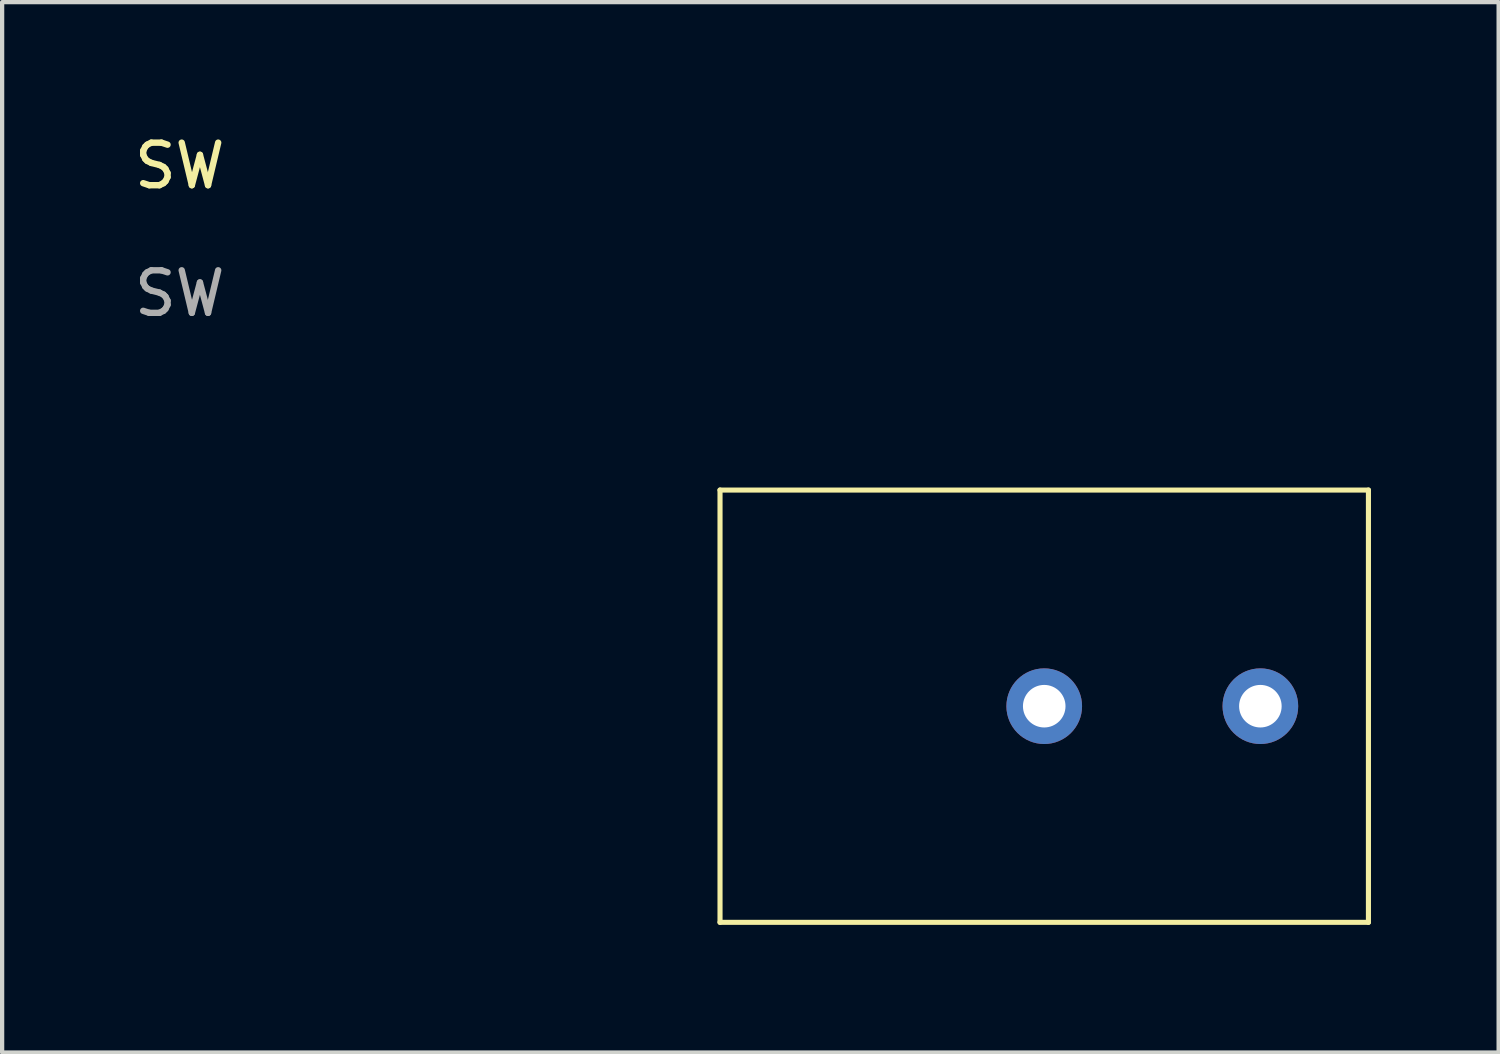
<source format=kicad_pcb>
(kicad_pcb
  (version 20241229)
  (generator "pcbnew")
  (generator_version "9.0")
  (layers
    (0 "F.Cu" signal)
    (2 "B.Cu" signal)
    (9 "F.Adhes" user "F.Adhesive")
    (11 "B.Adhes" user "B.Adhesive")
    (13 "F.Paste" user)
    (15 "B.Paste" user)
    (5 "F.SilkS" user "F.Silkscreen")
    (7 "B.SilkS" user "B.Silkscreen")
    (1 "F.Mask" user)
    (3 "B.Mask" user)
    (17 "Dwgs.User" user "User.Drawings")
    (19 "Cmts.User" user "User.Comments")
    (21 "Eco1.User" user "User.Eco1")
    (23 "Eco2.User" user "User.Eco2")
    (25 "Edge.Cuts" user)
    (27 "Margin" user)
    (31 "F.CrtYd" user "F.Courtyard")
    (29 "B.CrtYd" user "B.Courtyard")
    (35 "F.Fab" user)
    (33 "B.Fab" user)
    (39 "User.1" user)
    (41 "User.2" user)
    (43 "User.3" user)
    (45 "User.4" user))
  (footprint "SW"
    (layer "F.Cu")
    (at 13.873 8.468)
    (property "Reference" "SW" (at -12.7 -7.62 0) (unlocked yes) (layer "F.SilkS") (effects (font (size 1 1) (thickness 0.15))))
    (attr smd)
    (fp_line (start 0 0) (end 15.24 0) (stroke (width 0.12) (type solid)) (layer "F.SilkS"))
    (fp_line (start 0 10.16) (end 0 0) (stroke (width 0.12) (type solid)) (layer "F.SilkS"))
    (fp_line (start 15.24 0) (end 15.24 10.16) (stroke (width 0.12) (type solid)) (layer "F.SilkS"))
    (fp_line (start 15.24 10.16) (end 0 10.16) (stroke (width 0.12) (type solid)) (layer "F.SilkS"))
    (fp_text user "${REFERENCE}" (at -12.7 -4.62 0) (unlocked yes) (layer "F.Fab") (effects (font (size 1 1) (thickness 0.15))))
    (pad "1" thru_hole circle (at 7.62 5.08 90) (size 1.778 1.778) (drill 1) (layers "*.Cu" "*.Mask"))
    (pad "2" thru_hole circle (at 12.7 5.08 90) (size 1.778 1.778) (drill 1) (layers "*.Cu" "*.Mask")))
  (gr_rect
    (start -3 -3)
    (end 32.173 21.688)
    (stroke (width 0.1) (type default))
    (fill no)
    (layer "Edge.Cuts")))
</source>
